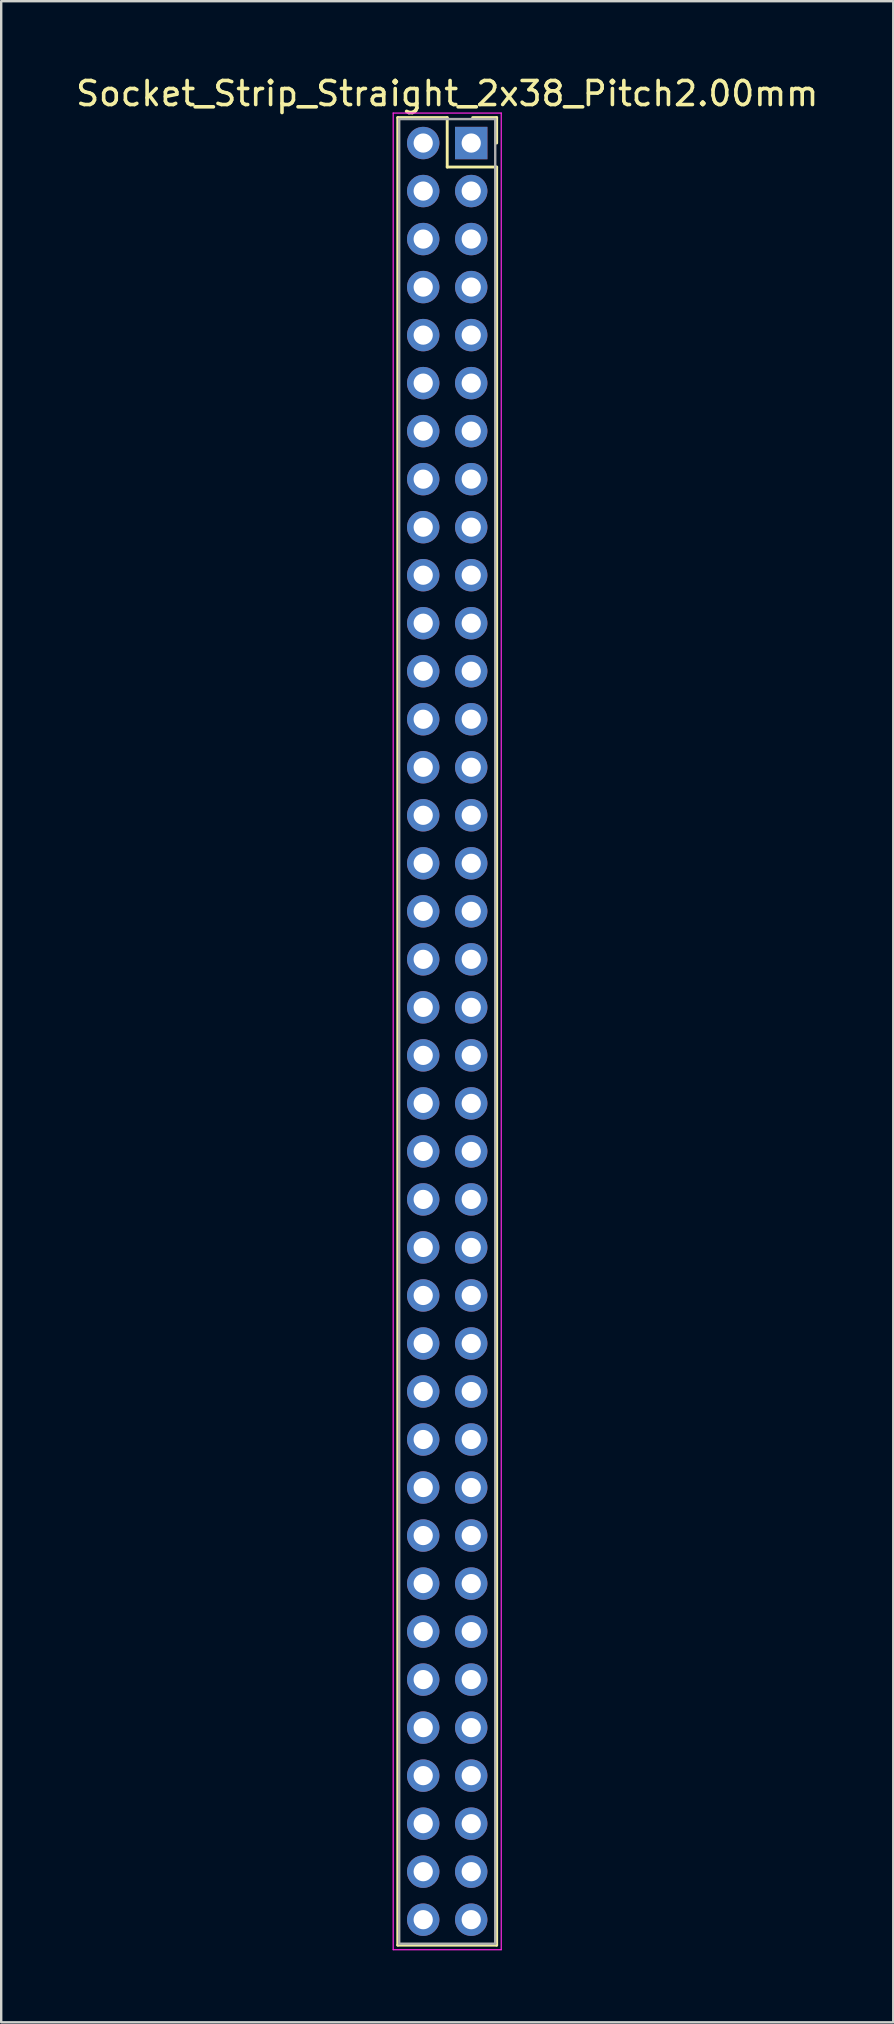
<source format=kicad_pcb>
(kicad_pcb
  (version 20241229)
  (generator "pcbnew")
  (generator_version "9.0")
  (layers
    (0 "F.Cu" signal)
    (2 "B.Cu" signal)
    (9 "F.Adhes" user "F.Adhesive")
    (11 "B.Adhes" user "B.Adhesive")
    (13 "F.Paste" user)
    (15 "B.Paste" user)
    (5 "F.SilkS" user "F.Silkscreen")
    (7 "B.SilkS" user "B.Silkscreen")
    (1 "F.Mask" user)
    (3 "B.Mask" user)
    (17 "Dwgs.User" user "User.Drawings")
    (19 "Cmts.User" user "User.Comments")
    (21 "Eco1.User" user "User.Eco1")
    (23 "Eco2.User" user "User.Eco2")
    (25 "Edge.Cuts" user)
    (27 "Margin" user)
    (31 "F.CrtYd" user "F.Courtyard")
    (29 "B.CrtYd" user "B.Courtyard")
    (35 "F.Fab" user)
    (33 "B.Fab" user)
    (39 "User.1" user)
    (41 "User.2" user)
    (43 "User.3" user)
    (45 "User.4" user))
  (footprint "Socket_Strip_Straight_2x38_Pitch2.00mm"
    (layer "F.Cu")
    (at 16.577 2.908)
    (property "Reference" "Socket_Strip_Straight_2x38_Pitch2.00mm" (at -1 -2.06 0) (layer "F.SilkS") (effects (font (size 1 1) (thickness 0.15))))
    (attr through_hole)
    (fp_line (start -3.06 -1.06) (end -1 -1.06) (stroke (width 0.12) (type solid)) (layer "F.SilkS"))
    (fp_line (start -3.06 75.06) (end -3.06 -1.06) (stroke (width 0.12) (type solid)) (layer "F.SilkS"))
    (fp_line (start -1 -1.06) (end -1 1) (stroke (width 0.12) (type solid)) (layer "F.SilkS"))
    (fp_line (start -1 1) (end 1.06 1) (stroke (width 0.12) (type solid)) (layer "F.SilkS"))
    (fp_line (start 1.06 -1.06) (end 0.06 -1.06) (stroke (width 0.12) (type solid)) (layer "F.SilkS"))
    (fp_line (start 1.06 0) (end 1.06 -1.06) (stroke (width 0.12) (type solid)) (layer "F.SilkS"))
    (fp_line (start 1.06 1) (end 1.06 75.06) (stroke (width 0.12) (type solid)) (layer "F.SilkS"))
    (fp_line (start 1.06 75.06) (end -3.06 75.06) (stroke (width 0.12) (type solid)) (layer "F.SilkS"))
    (fp_line (start -3.25 -1.25) (end -3.25 75.25) (stroke (width 0.05) (type solid)) (layer "F.CrtYd"))
    (fp_line (start -3.25 75.25) (end 1.25 75.25) (stroke (width 0.05) (type solid)) (layer "F.CrtYd"))
    (fp_line (start 1.25 -1.25) (end -3.25 -1.25) (stroke (width 0.05) (type solid)) (layer "F.CrtYd"))
    (fp_line (start 1.25 75.25) (end 1.25 -1.25) (stroke (width 0.05) (type solid)) (layer "F.CrtYd"))
    (fp_line (start -3 -1) (end -3 75) (stroke (width 0.1) (type solid)) (layer "F.Fab"))
    (fp_line (start -3 75) (end 1 75) (stroke (width 0.1) (type solid)) (layer "F.Fab"))
    (fp_line (start 1 -1) (end -3 -1) (stroke (width 0.1) (type solid)) (layer "F.Fab"))
    (fp_line (start 1 75) (end 1 -1) (stroke (width 0.1) (type solid)) (layer "F.Fab"))
    (pad "1" thru_hole rect (at 0 0) (size 1.35 1.35) (drill 0.8) (layers "*.Cu" "*.Mask"))
    (pad "2" thru_hole oval (at -2 0) (size 1.35 1.35) (drill 0.8) (layers "*.Cu" "*.Mask"))
    (pad "3" thru_hole oval (at 0 2) (size 1.35 1.35) (drill 0.8) (layers "*.Cu" "*.Mask"))
    (pad "4" thru_hole oval (at -2 2) (size 1.35 1.35) (drill 0.8) (layers "*.Cu" "*.Mask"))
    (pad "5" thru_hole oval (at 0 4) (size 1.35 1.35) (drill 0.8) (layers "*.Cu" "*.Mask"))
    (pad "6" thru_hole oval (at -2 4) (size 1.35 1.35) (drill 0.8) (layers "*.Cu" "*.Mask"))
    (pad "7" thru_hole oval (at 0 6) (size 1.35 1.35) (drill 0.8) (layers "*.Cu" "*.Mask"))
    (pad "8" thru_hole oval (at -2 6) (size 1.35 1.35) (drill 0.8) (layers "*.Cu" "*.Mask"))
    (pad "9" thru_hole oval (at 0 8) (size 1.35 1.35) (drill 0.8) (layers "*.Cu" "*.Mask"))
    (pad "10" thru_hole oval (at -2 8) (size 1.35 1.35) (drill 0.8) (layers "*.Cu" "*.Mask"))
    (pad "11" thru_hole oval (at 0 10) (size 1.35 1.35) (drill 0.8) (layers "*.Cu" "*.Mask"))
    (pad "12" thru_hole oval (at -2 10) (size 1.35 1.35) (drill 0.8) (layers "*.Cu" "*.Mask"))
    (pad "13" thru_hole oval (at 0 12) (size 1.35 1.35) (drill 0.8) (layers "*.Cu" "*.Mask"))
    (pad "14" thru_hole oval (at -2 12) (size 1.35 1.35) (drill 0.8) (layers "*.Cu" "*.Mask"))
    (pad "15" thru_hole oval (at 0 14) (size 1.35 1.35) (drill 0.8) (layers "*.Cu" "*.Mask"))
    (pad "16" thru_hole oval (at -2 14) (size 1.35 1.35) (drill 0.8) (layers "*.Cu" "*.Mask"))
    (pad "17" thru_hole oval (at 0 16) (size 1.35 1.35) (drill 0.8) (layers "*.Cu" "*.Mask"))
    (pad "18" thru_hole oval (at -2 16) (size 1.35 1.35) (drill 0.8) (layers "*.Cu" "*.Mask"))
    (pad "19" thru_hole oval (at 0 18) (size 1.35 1.35) (drill 0.8) (layers "*.Cu" "*.Mask"))
    (pad "20" thru_hole oval (at -2 18) (size 1.35 1.35) (drill 0.8) (layers "*.Cu" "*.Mask"))
    (pad "21" thru_hole oval (at 0 20) (size 1.35 1.35) (drill 0.8) (layers "*.Cu" "*.Mask"))
    (pad "22" thru_hole oval (at -2 20) (size 1.35 1.35) (drill 0.8) (layers "*.Cu" "*.Mask"))
    (pad "23" thru_hole oval (at 0 22) (size 1.35 1.35) (drill 0.8) (layers "*.Cu" "*.Mask"))
    (pad "24" thru_hole oval (at -2 22) (size 1.35 1.35) (drill 0.8) (layers "*.Cu" "*.Mask"))
    (pad "25" thru_hole oval (at 0 24) (size 1.35 1.35) (drill 0.8) (layers "*.Cu" "*.Mask"))
    (pad "26" thru_hole oval (at -2 24) (size 1.35 1.35) (drill 0.8) (layers "*.Cu" "*.Mask"))
    (pad "27" thru_hole oval (at 0 26) (size 1.35 1.35) (drill 0.8) (layers "*.Cu" "*.Mask"))
    (pad "28" thru_hole oval (at -2 26) (size 1.35 1.35) (drill 0.8) (layers "*.Cu" "*.Mask"))
    (pad "29" thru_hole oval (at 0 28) (size 1.35 1.35) (drill 0.8) (layers "*.Cu" "*.Mask"))
    (pad "30" thru_hole oval (at -2 28) (size 1.35 1.35) (drill 0.8) (layers "*.Cu" "*.Mask"))
    (pad "31" thru_hole oval (at 0 30) (size 1.35 1.35) (drill 0.8) (layers "*.Cu" "*.Mask"))
    (pad "32" thru_hole oval (at -2 30) (size 1.35 1.35) (drill 0.8) (layers "*.Cu" "*.Mask"))
    (pad "33" thru_hole oval (at 0 32) (size 1.35 1.35) (drill 0.8) (layers "*.Cu" "*.Mask"))
    (pad "34" thru_hole oval (at -2 32) (size 1.35 1.35) (drill 0.8) (layers "*.Cu" "*.Mask"))
    (pad "35" thru_hole oval (at 0 34) (size 1.35 1.35) (drill 0.8) (layers "*.Cu" "*.Mask"))
    (pad "36" thru_hole oval (at -2 34) (size 1.35 1.35) (drill 0.8) (layers "*.Cu" "*.Mask"))
    (pad "37" thru_hole oval (at 0 36) (size 1.35 1.35) (drill 0.8) (layers "*.Cu" "*.Mask"))
    (pad "38" thru_hole oval (at -2 36) (size 1.35 1.35) (drill 0.8) (layers "*.Cu" "*.Mask"))
    (pad "39" thru_hole oval (at 0 38) (size 1.35 1.35) (drill 0.8) (layers "*.Cu" "*.Mask"))
    (pad "40" thru_hole oval (at -2 38) (size 1.35 1.35) (drill 0.8) (layers "*.Cu" "*.Mask"))
    (pad "41" thru_hole oval (at 0 40) (size 1.35 1.35) (drill 0.8) (layers "*.Cu" "*.Mask"))
    (pad "42" thru_hole oval (at -2 40) (size 1.35 1.35) (drill 0.8) (layers "*.Cu" "*.Mask"))
    (pad "43" thru_hole oval (at 0 42) (size 1.35 1.35) (drill 0.8) (layers "*.Cu" "*.Mask"))
    (pad "44" thru_hole oval (at -2 42) (size 1.35 1.35) (drill 0.8) (layers "*.Cu" "*.Mask"))
    (pad "45" thru_hole oval (at 0 44) (size 1.35 1.35) (drill 0.8) (layers "*.Cu" "*.Mask"))
    (pad "46" thru_hole oval (at -2 44) (size 1.35 1.35) (drill 0.8) (layers "*.Cu" "*.Mask"))
    (pad "47" thru_hole oval (at 0 46) (size 1.35 1.35) (drill 0.8) (layers "*.Cu" "*.Mask"))
    (pad "48" thru_hole oval (at -2 46) (size 1.35 1.35) (drill 0.8) (layers "*.Cu" "*.Mask"))
    (pad "49" thru_hole oval (at 0 48) (size 1.35 1.35) (drill 0.8) (layers "*.Cu" "*.Mask"))
    (pad "50" thru_hole oval (at -2 48) (size 1.35 1.35) (drill 0.8) (layers "*.Cu" "*.Mask"))
    (pad "51" thru_hole oval (at 0 50) (size 1.35 1.35) (drill 0.8) (layers "*.Cu" "*.Mask"))
    (pad "52" thru_hole oval (at -2 50) (size 1.35 1.35) (drill 0.8) (layers "*.Cu" "*.Mask"))
    (pad "53" thru_hole oval (at 0 52) (size 1.35 1.35) (drill 0.8) (layers "*.Cu" "*.Mask"))
    (pad "54" thru_hole oval (at -2 52) (size 1.35 1.35) (drill 0.8) (layers "*.Cu" "*.Mask"))
    (pad "55" thru_hole oval (at 0 54) (size 1.35 1.35) (drill 0.8) (layers "*.Cu" "*.Mask"))
    (pad "56" thru_hole oval (at -2 54) (size 1.35 1.35) (drill 0.8) (layers "*.Cu" "*.Mask"))
    (pad "57" thru_hole oval (at 0 56) (size 1.35 1.35) (drill 0.8) (layers "*.Cu" "*.Mask"))
    (pad "58" thru_hole oval (at -2 56) (size 1.35 1.35) (drill 0.8) (layers "*.Cu" "*.Mask"))
    (pad "59" thru_hole oval (at 0 58) (size 1.35 1.35) (drill 0.8) (layers "*.Cu" "*.Mask"))
    (pad "60" thru_hole oval (at -2 58) (size 1.35 1.35) (drill 0.8) (layers "*.Cu" "*.Mask"))
    (pad "61" thru_hole oval (at 0 60) (size 1.35 1.35) (drill 0.8) (layers "*.Cu" "*.Mask"))
    (pad "62" thru_hole oval (at -2 60) (size 1.35 1.35) (drill 0.8) (layers "*.Cu" "*.Mask"))
    (pad "63" thru_hole oval (at 0 62) (size 1.35 1.35) (drill 0.8) (layers "*.Cu" "*.Mask"))
    (pad "64" thru_hole oval (at -2 62) (size 1.35 1.35) (drill 0.8) (layers "*.Cu" "*.Mask"))
    (pad "65" thru_hole oval (at 0 64) (size 1.35 1.35) (drill 0.8) (layers "*.Cu" "*.Mask"))
    (pad "66" thru_hole oval (at -2 64) (size 1.35 1.35) (drill 0.8) (layers "*.Cu" "*.Mask"))
    (pad "67" thru_hole oval (at 0 66) (size 1.35 1.35) (drill 0.8) (layers "*.Cu" "*.Mask"))
    (pad "68" thru_hole oval (at -2 66) (size 1.35 1.35) (drill 0.8) (layers "*.Cu" "*.Mask"))
    (pad "69" thru_hole oval (at 0 68) (size 1.35 1.35) (drill 0.8) (layers "*.Cu" "*.Mask"))
    (pad "70" thru_hole oval (at -2 68) (size 1.35 1.35) (drill 0.8) (layers "*.Cu" "*.Mask"))
    (pad "71" thru_hole oval (at 0 70) (size 1.35 1.35) (drill 0.8) (layers "*.Cu" "*.Mask"))
    (pad "72" thru_hole oval (at -2 70) (size 1.35 1.35) (drill 0.8) (layers "*.Cu" "*.Mask"))
    (pad "73" thru_hole oval (at 0 72) (size 1.35 1.35) (drill 0.8) (layers "*.Cu" "*.Mask"))
    (pad "74" thru_hole oval (at -2 72) (size 1.35 1.35) (drill 0.8) (layers "*.Cu" "*.Mask"))
    (pad "75" thru_hole oval (at 0 74) (size 1.35 1.35) (drill 0.8) (layers "*.Cu" "*.Mask"))
    (pad "76" thru_hole oval (at -2 74) (size 1.35 1.35) (drill 0.8) (layers "*.Cu" "*.Mask")))
  (gr_rect
    (start -3 -3)
    (end 34.155 81.183)
    (stroke (width 0.1) (type default))
    (fill no)
    (layer "Edge.Cuts")))
</source>
